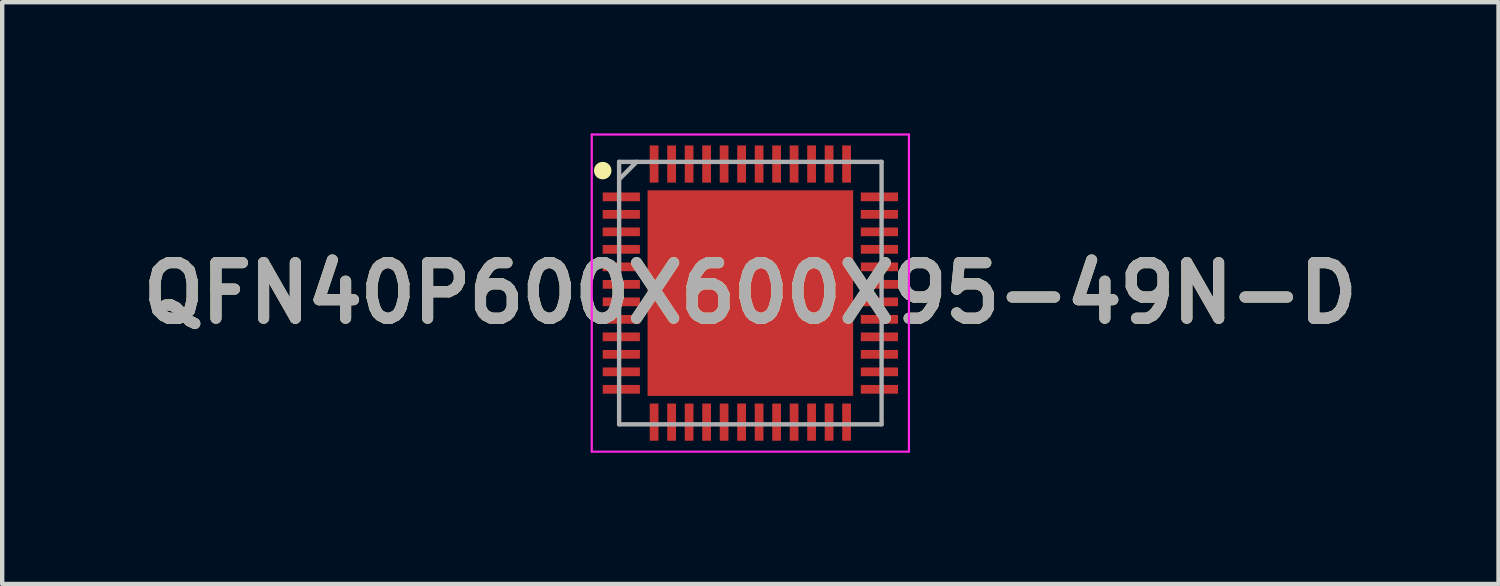
<source format=kicad_pcb>
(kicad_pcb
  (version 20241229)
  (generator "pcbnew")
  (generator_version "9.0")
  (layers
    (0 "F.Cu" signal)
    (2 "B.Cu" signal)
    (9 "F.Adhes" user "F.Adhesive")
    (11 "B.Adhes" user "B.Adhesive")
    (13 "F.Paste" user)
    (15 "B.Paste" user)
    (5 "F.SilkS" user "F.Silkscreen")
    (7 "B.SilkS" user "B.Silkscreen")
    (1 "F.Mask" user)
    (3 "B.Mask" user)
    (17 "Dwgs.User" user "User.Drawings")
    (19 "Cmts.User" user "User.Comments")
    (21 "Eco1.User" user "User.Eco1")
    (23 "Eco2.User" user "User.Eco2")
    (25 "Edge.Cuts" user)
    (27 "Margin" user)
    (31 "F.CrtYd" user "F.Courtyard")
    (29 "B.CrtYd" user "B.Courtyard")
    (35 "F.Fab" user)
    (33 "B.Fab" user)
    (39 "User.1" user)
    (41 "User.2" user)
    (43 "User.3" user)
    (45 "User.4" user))
  (footprint "QFN40P600X600X95-49N-D"
    (layer "F.Cu")
    (at 14.103 3.65)
    (property "Reference" "QFN40P600X600X95-49N-D" (at 0 0 0) (layer "F.SilkS") (effects (font (size 1.27 1.27) (thickness 0.254))))
    (attr smd)
    (fp_circle (center -3.375 -2.8) (end -3.375 -2.7) (stroke (width 0.2) (type solid)) (fill no) (layer "F.SilkS"))
    (fp_line (start -3.625 -3.625) (end 3.625 -3.625) (stroke (width 0.05) (type solid)) (layer "F.CrtYd"))
    (fp_line (start -3.625 3.625) (end -3.625 -3.625) (stroke (width 0.05) (type solid)) (layer "F.CrtYd"))
    (fp_line (start 3.625 -3.625) (end 3.625 3.625) (stroke (width 0.05) (type solid)) (layer "F.CrtYd"))
    (fp_line (start 3.625 3.625) (end -3.625 3.625) (stroke (width 0.05) (type solid)) (layer "F.CrtYd"))
    (fp_line (start -3 -3) (end 3 -3) (stroke (width 0.1) (type solid)) (layer "F.Fab"))
    (fp_line (start -3 -2.6) (end -2.6 -3) (stroke (width 0.1) (type solid)) (layer "F.Fab"))
    (fp_line (start -3 3) (end -3 -3) (stroke (width 0.1) (type solid)) (layer "F.Fab"))
    (fp_line (start 3 -3) (end 3 3) (stroke (width 0.1) (type solid)) (layer "F.Fab"))
    (fp_line (start 3 3) (end -3 3) (stroke (width 0.1) (type solid)) (layer "F.Fab"))
    (fp_text user "${REFERENCE}" (at 0 0 0) (layer "F.Fab") (effects (font (size 1.27 1.27) (thickness 0.254))))
    (pad "1" smd rect (at -2.95 -2.2 90) (size 0.2 0.85) (layers "F.Cu" "F.Mask" "F.Paste"))
    (pad "2" smd rect (at -2.95 -1.8 90) (size 0.2 0.85) (layers "F.Cu" "F.Mask" "F.Paste"))
    (pad "3" smd rect (at -2.95 -1.4 90) (size 0.2 0.85) (layers "F.Cu" "F.Mask" "F.Paste"))
    (pad "4" smd rect (at -2.95 -1 90) (size 0.2 0.85) (layers "F.Cu" "F.Mask" "F.Paste"))
    (pad "5" smd rect (at -2.95 -0.6 90) (size 0.2 0.85) (layers "F.Cu" "F.Mask" "F.Paste"))
    (pad "6" smd rect (at -2.95 -0.2 90) (size 0.2 0.85) (layers "F.Cu" "F.Mask" "F.Paste"))
    (pad "7" smd rect (at -2.95 0.2 90) (size 0.2 0.85) (layers "F.Cu" "F.Mask" "F.Paste"))
    (pad "8" smd rect (at -2.95 0.6 90) (size 0.2 0.85) (layers "F.Cu" "F.Mask" "F.Paste"))
    (pad "9" smd rect (at -2.95 1 90) (size 0.2 0.85) (layers "F.Cu" "F.Mask" "F.Paste"))
    (pad "10" smd rect (at -2.95 1.4 90) (size 0.2 0.85) (layers "F.Cu" "F.Mask" "F.Paste"))
    (pad "11" smd rect (at -2.95 1.8 90) (size 0.2 0.85) (layers "F.Cu" "F.Mask" "F.Paste"))
    (pad "12" smd rect (at -2.95 2.2 90) (size 0.2 0.85) (layers "F.Cu" "F.Mask" "F.Paste"))
    (pad "13" smd rect (at -2.2 2.95) (size 0.2 0.85) (layers "F.Cu" "F.Mask" "F.Paste"))
    (pad "14" smd rect (at -1.8 2.95) (size 0.2 0.85) (layers "F.Cu" "F.Mask" "F.Paste"))
    (pad "15" smd rect (at -1.4 2.95) (size 0.2 0.85) (layers "F.Cu" "F.Mask" "F.Paste"))
    (pad "16" smd rect (at -1 2.95) (size 0.2 0.85) (layers "F.Cu" "F.Mask" "F.Paste"))
    (pad "17" smd rect (at -0.6 2.95) (size 0.2 0.85) (layers "F.Cu" "F.Mask" "F.Paste"))
    (pad "18" smd rect (at -0.2 2.95) (size 0.2 0.85) (layers "F.Cu" "F.Mask" "F.Paste"))
    (pad "19" smd rect (at 0.2 2.95) (size 0.2 0.85) (layers "F.Cu" "F.Mask" "F.Paste"))
    (pad "20" smd rect (at 0.6 2.95) (size 0.2 0.85) (layers "F.Cu" "F.Mask" "F.Paste"))
    (pad "21" smd rect (at 1 2.95) (size 0.2 0.85) (layers "F.Cu" "F.Mask" "F.Paste"))
    (pad "22" smd rect (at 1.4 2.95) (size 0.2 0.85) (layers "F.Cu" "F.Mask" "F.Paste"))
    (pad "23" smd rect (at 1.8 2.95) (size 0.2 0.85) (layers "F.Cu" "F.Mask" "F.Paste"))
    (pad "24" smd rect (at 2.2 2.95) (size 0.2 0.85) (layers "F.Cu" "F.Mask" "F.Paste"))
    (pad "25" smd rect (at 2.95 2.2 90) (size 0.2 0.85) (layers "F.Cu" "F.Mask" "F.Paste"))
    (pad "26" smd rect (at 2.95 1.8 90) (size 0.2 0.85) (layers "F.Cu" "F.Mask" "F.Paste"))
    (pad "27" smd rect (at 2.95 1.4 90) (size 0.2 0.85) (layers "F.Cu" "F.Mask" "F.Paste"))
    (pad "28" smd rect (at 2.95 1 90) (size 0.2 0.85) (layers "F.Cu" "F.Mask" "F.Paste"))
    (pad "29" smd rect (at 2.95 0.6 90) (size 0.2 0.85) (layers "F.Cu" "F.Mask" "F.Paste"))
    (pad "30" smd rect (at 2.95 0.2 90) (size 0.2 0.85) (layers "F.Cu" "F.Mask" "F.Paste"))
    (pad "31" smd rect (at 2.95 -0.2 90) (size 0.2 0.85) (layers "F.Cu" "F.Mask" "F.Paste"))
    (pad "32" smd rect (at 2.95 -0.6 90) (size 0.2 0.85) (layers "F.Cu" "F.Mask" "F.Paste"))
    (pad "33" smd rect (at 2.95 -1 90) (size 0.2 0.85) (layers "F.Cu" "F.Mask" "F.Paste"))
    (pad "34" smd rect (at 2.95 -1.4 90) (size 0.2 0.85) (layers "F.Cu" "F.Mask" "F.Paste"))
    (pad "35" smd rect (at 2.95 -1.8 90) (size 0.2 0.85) (layers "F.Cu" "F.Mask" "F.Paste"))
    (pad "36" smd rect (at 2.95 -2.2 90) (size 0.2 0.85) (layers "F.Cu" "F.Mask" "F.Paste"))
    (pad "37" smd rect (at 2.2 -2.95) (size 0.2 0.85) (layers "F.Cu" "F.Mask" "F.Paste"))
    (pad "38" smd rect (at 1.8 -2.95) (size 0.2 0.85) (layers "F.Cu" "F.Mask" "F.Paste"))
    (pad "39" smd rect (at 1.4 -2.95) (size 0.2 0.85) (layers "F.Cu" "F.Mask" "F.Paste"))
    (pad "40" smd rect (at 1 -2.95) (size 0.2 0.85) (layers "F.Cu" "F.Mask" "F.Paste"))
    (pad "41" smd rect (at 0.6 -2.95) (size 0.2 0.85) (layers "F.Cu" "F.Mask" "F.Paste"))
    (pad "42" smd rect (at 0.2 -2.95) (size 0.2 0.85) (layers "F.Cu" "F.Mask" "F.Paste"))
    (pad "43" smd rect (at -0.2 -2.95) (size 0.2 0.85) (layers "F.Cu" "F.Mask" "F.Paste"))
    (pad "44" smd rect (at -0.6 -2.95) (size 0.2 0.85) (layers "F.Cu" "F.Mask" "F.Paste"))
    (pad "45" smd rect (at -1 -2.95) (size 0.2 0.85) (layers "F.Cu" "F.Mask" "F.Paste"))
    (pad "46" smd rect (at -1.4 -2.95) (size 0.2 0.85) (layers "F.Cu" "F.Mask" "F.Paste"))
    (pad "47" smd rect (at -1.8 -2.95) (size 0.2 0.85) (layers "F.Cu" "F.Mask" "F.Paste"))
    (pad "48" smd rect (at -2.2 -2.95) (size 0.2 0.85) (layers "F.Cu" "F.Mask" "F.Paste"))
    (pad "49" smd rect (at 0 0) (size 4.7 4.7) (layers "F.Cu" "F.Mask" "F.Paste")))
  (gr_rect
    (start -3 -3)
    (end 31.206 10.3)
    (stroke (width 0.1) (type default))
    (fill no)
    (layer "Edge.Cuts")))
</source>
